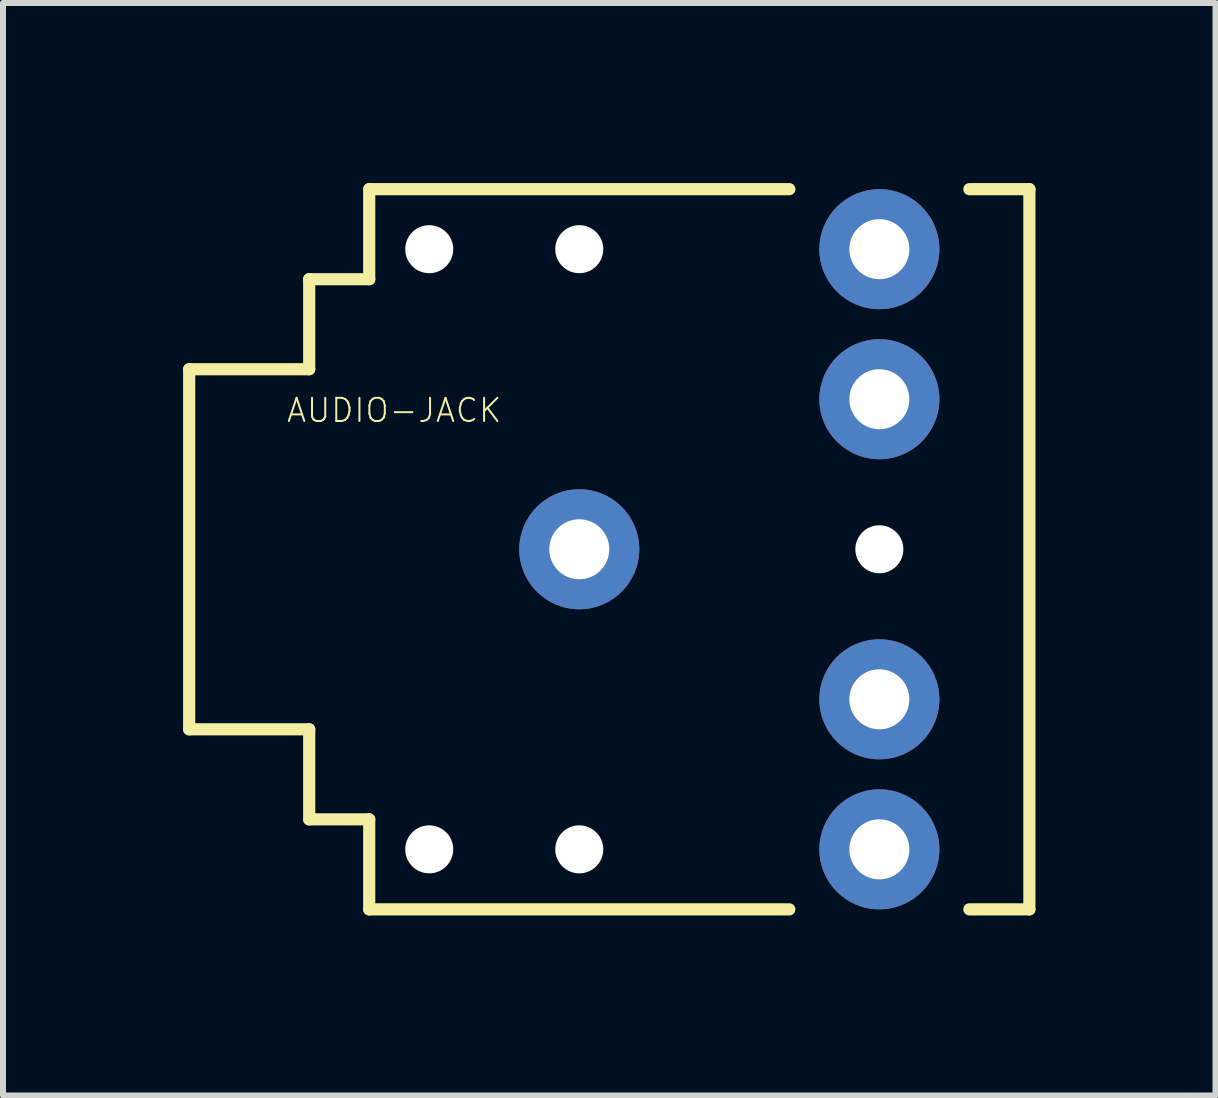
<source format=kicad_pcb>
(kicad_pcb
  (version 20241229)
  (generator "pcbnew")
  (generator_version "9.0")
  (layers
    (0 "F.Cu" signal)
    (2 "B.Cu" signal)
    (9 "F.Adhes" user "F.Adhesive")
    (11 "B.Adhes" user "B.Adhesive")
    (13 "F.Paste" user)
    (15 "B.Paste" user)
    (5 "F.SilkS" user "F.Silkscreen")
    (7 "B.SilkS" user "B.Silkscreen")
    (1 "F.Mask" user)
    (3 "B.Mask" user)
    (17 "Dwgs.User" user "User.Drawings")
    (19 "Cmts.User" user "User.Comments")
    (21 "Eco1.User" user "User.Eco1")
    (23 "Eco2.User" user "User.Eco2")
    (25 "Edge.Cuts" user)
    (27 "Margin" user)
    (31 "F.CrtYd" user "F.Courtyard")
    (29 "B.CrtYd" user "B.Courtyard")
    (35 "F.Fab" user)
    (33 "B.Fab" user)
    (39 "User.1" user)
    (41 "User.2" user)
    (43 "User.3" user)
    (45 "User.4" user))
  (footprint "AUDIO-JACK"
    (layer "F.Cu")
    (at 6.602 6.102)
    (property "Reference" "AUDIO-JACK" (at -1.27 -2.54 0) (layer "F.SilkS") (effects (font (size 0.386 0.386) (thickness 0.033)) (justify right top)))
    (attr through_hole)
    (fp_line (start -6.5 -3) (end -6.5 3) (stroke (width 0.203) (type solid)) (layer "F.SilkS"))
    (fp_line (start -6.5 3) (end -4.5 3) (stroke (width 0.203) (type solid)) (layer "F.SilkS"))
    (fp_line (start -4.5 -4.5) (end -4.5 -3) (stroke (width 0.203) (type solid)) (layer "F.SilkS"))
    (fp_line (start -4.5 -3) (end -6.5 -3) (stroke (width 0.203) (type solid)) (layer "F.SilkS"))
    (fp_line (start -4.5 3) (end -4.5 4.5) (stroke (width 0.203) (type solid)) (layer "F.SilkS"))
    (fp_line (start -4.5 4.5) (end -3.5 4.5) (stroke (width 0.203) (type solid)) (layer "F.SilkS"))
    (fp_line (start -3.5 -6) (end -3.5 -4.5) (stroke (width 0.203) (type solid)) (layer "F.SilkS"))
    (fp_line (start -3.5 -6) (end 3.5 -6) (stroke (width 0.203) (type solid)) (layer "F.SilkS"))
    (fp_line (start -3.5 -4.5) (end -4.5 -4.5) (stroke (width 0.203) (type solid)) (layer "F.SilkS"))
    (fp_line (start -3.5 4.5) (end -3.5 6) (stroke (width 0.203) (type solid)) (layer "F.SilkS"))
    (fp_line (start -3.5 6) (end 3.5 6) (stroke (width 0.203) (type solid)) (layer "F.SilkS"))
    (fp_line (start 7.5 -6) (end 6.5 -6) (stroke (width 0.203) (type solid)) (layer "F.SilkS"))
    (fp_line (start 7.5 -6) (end 7.5 6) (stroke (width 0.203) (type solid)) (layer "F.SilkS"))
    (fp_line (start 7.5 6) (end 6.5 6) (stroke (width 0.203) (type solid)) (layer "F.SilkS"))
    (pad "" np_thru_hole circle (at -2.5 -5) (size 0.8 0.8) (drill 0.8) (layers "*.Cu"))
    (pad "" np_thru_hole circle (at -2.5 5) (size 0.8 0.8) (drill 0.8) (layers "*.Cu"))
    (pad "" np_thru_hole circle (at 0 -5) (size 0.8 0.8) (drill 0.8) (layers "*.Cu"))
    (pad "" np_thru_hole circle (at 0 5) (size 0.8 0.8) (drill 0.8) (layers "*.Cu"))
    (pad "" np_thru_hole circle (at 5 0) (size 0.8 0.8) (drill 0.8) (layers "*.Cu"))
    (pad "1" thru_hole circle (at 0 0) (size 2 2) (drill 1) (layers "*.Cu" "*.Mask"))
    (pad "2" thru_hole circle (at 5 5) (size 2 2) (drill 1) (layers "*.Cu" "*.Mask"))
    (pad "3" thru_hole circle (at 5 2.5) (size 2 2) (drill 1) (layers "*.Cu" "*.Mask"))
    (pad "4" thru_hole circle (at 5 -2.5) (size 2 2) (drill 1) (layers "*.Cu" "*.Mask"))
    (pad "5" thru_hole circle (at 5 -5) (size 2 2) (drill 1) (layers "*.Cu" "*.Mask")))
  (gr_rect
    (start -3 -3)
    (end 17.203 15.203)
    (stroke (width 0.1) (type default))
    (fill no)
    (layer "Edge.Cuts")))
</source>
